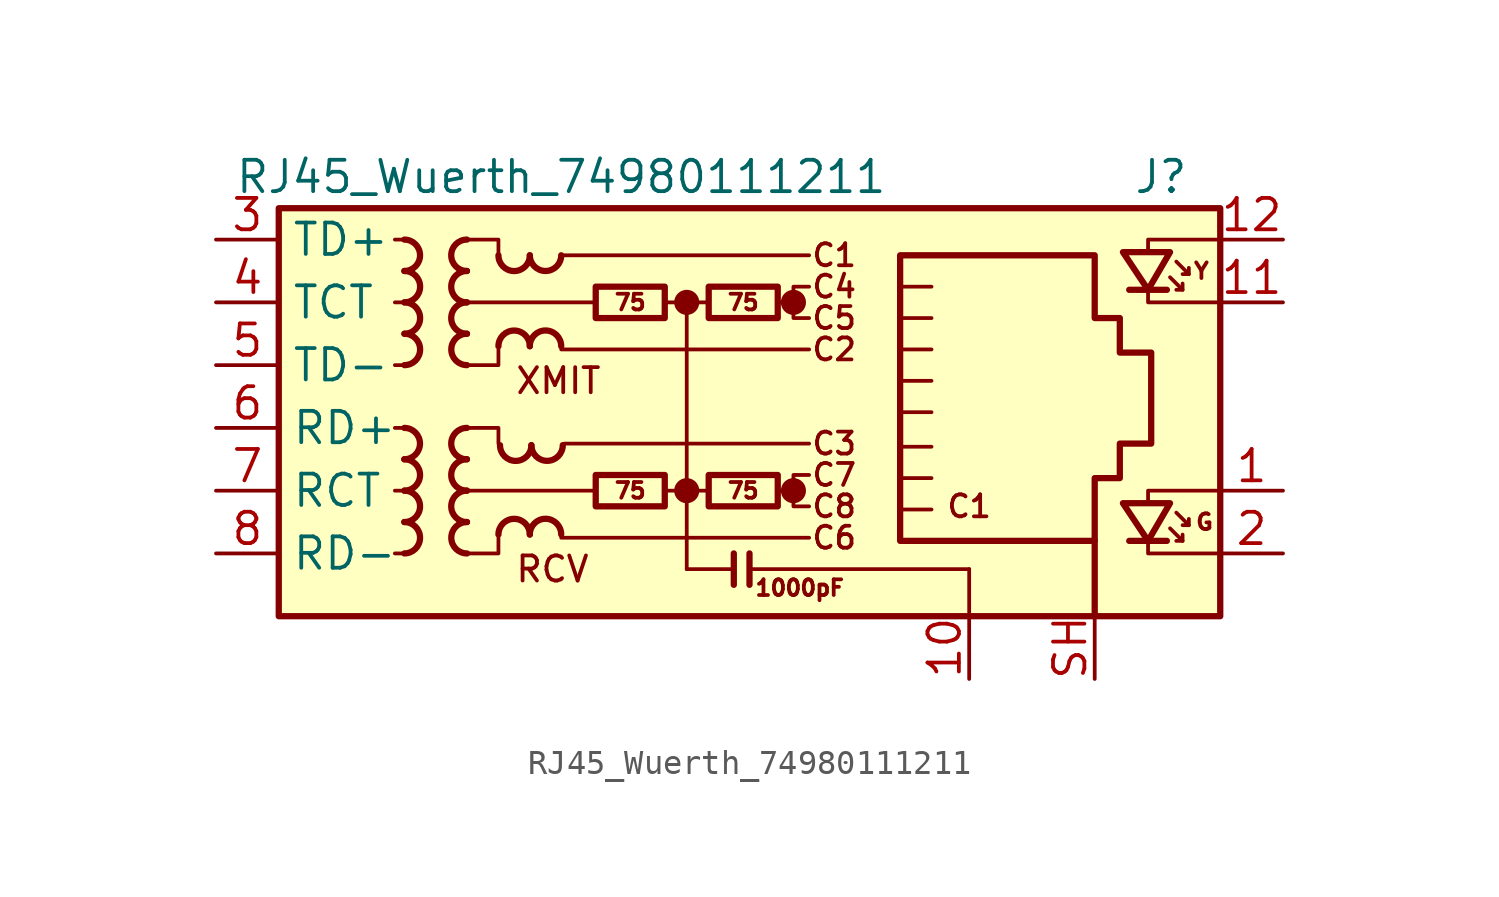
<source format=kicad_sym>
(kicad_symbol_lib
  (version 20241209)
  (generator "kicad_symbol_editor")
  (generator_version "9.0")
  (symbol "RJ45_Wuerth_74980111211"
    (property "Reference" "J"
      (at 19.05 10.16 0)
      (effects (font (size 1.27 1.27)) (justify right)))
    (property "Value" "RJ45_Wuerth_74980111211"
      (at -6.35 10.16 0)
      (effects (font (size 1.27 1.27))))
    (symbol "RJ45_Wuerth_74980111211_0_0"
      (circle (center -1.27 5.08) (radius 0.0001) (stroke (width 0.508) (type default)) (fill (type none)))
      (polyline (pts (xy -1.27 5.08) (xy -1.27 -5.715)) (stroke (width 0) (type default)) (fill (type none)))
      (circle (center -1.27 -2.54) (radius 0.0001) (stroke (width 0.508) (type default)) (fill (type none)))
      (polyline (pts (xy 0.635 -5.08) (xy 0.635 -6.35)) (stroke (width 0.254) (type default)) (fill (type none)))
      (polyline (pts (xy 1.27 -5.08) (xy 1.27 -6.35)) (stroke (width 0.254) (type default)) (fill (type none)))
      (polyline (pts (xy 3.048 5.08) (xy 2.54 5.08)) (stroke (width 0) (type default)) (fill (type none)))
      (circle (center 3.048 5.08) (radius 0.0001) (stroke (width 0.508) (type default)) (fill (type none)))
      (polyline (pts (xy 3.048 -2.54) (xy 2.54 -2.54)) (stroke (width 0) (type default)) (fill (type none)))
      (circle (center 3.048 -2.54) (radius 0.0001) (stroke (width 0.508) (type default)) (fill (type none)))
      (polyline (pts (xy 3.683 5.715) (xy 3.048 5.715) (xy 3.048 4.445) (xy 3.683 4.445)) (stroke (width 0) (type default)) (fill (type none)))
      (polyline (pts (xy 3.683 -1.905) (xy 3.048 -1.905) (xy 3.048 -3.175) (xy 3.683 -3.175)) (stroke (width 0) (type default)) (fill (type none)))
      (polyline (pts (xy 17.399 7.112) (xy 17.399 7.62) (xy 20.32 7.62)) (stroke (width 0) (type default)) (fill (type none)))
      (polyline (pts (xy 17.399 -3.048) (xy 17.399 -2.54) (xy 20.32 -2.54)) (stroke (width 0) (type default)) (fill (type none)))
      (polyline (pts (xy 20.32 5.08) (xy 17.399 5.08) (xy 17.399 5.588)) (stroke (width 0) (type default)) (fill (type none)))
      (polyline (pts (xy 20.32 -5.08) (xy 17.399 -5.08) (xy 17.399 -4.572)) (stroke (width 0) (type default)) (fill (type none)))
      (text "XMIT" (at -8.255 1.905 0) (effects (font (size 1.016 1.016)) (justify left)))
      (text "RCV" (at -8.255 -5.715 0) (effects (font (size 1.016 1.016)) (justify left)))
      (text "C1" (at 4.699 6.985 0) (effects (font (size 0.889 0.889))))
      (text "C4" (at 4.699 5.715 0) (effects (font (size 0.889 0.889))))
      (text "C5" (at 4.699 4.445 0) (effects (font (size 0.889 0.889))))
      (text "C2" (at 4.699 3.175 0) (effects (font (size 0.889 0.889))))
      (text "C3" (at 4.699 -0.635 0) (effects (font (size 0.889 0.889))))
      (text "C7" (at 4.699 -1.905 0) (effects (font (size 0.889 0.889))))
      (text "C8" (at 4.699 -3.175 0) (effects (font (size 0.889 0.889))))
      (text "C6" (at 4.699 -4.445 0) (effects (font (size 0.889 0.889))))
      (text "C1" (at 10.16 -3.175 0) (effects (font (size 0.889 0.889)))))
    (symbol "RJ45_Wuerth_74980111211_0_1"
      (rectangle (start -17.78 8.89) (end 20.32 -7.62) (stroke (width 0.254) (type default)) (fill (type background)))
      (polyline (pts (xy -12.7 7.62) (xy -13.081 7.62)) (stroke (width 0) (type default)) (fill (type none)))
      (polyline (pts (xy -12.7 5.08) (xy -13.081 5.08)) (stroke (width 0) (type default)) (fill (type none)))
      (polyline (pts (xy -12.7 2.54) (xy -13.081 2.54)) (stroke (width 0) (type default)) (fill (type none)))
      (polyline (pts (xy -12.7 0) (xy -13.081 0)) (stroke (width 0) (type default)) (fill (type none)))
      (polyline (pts (xy -12.7 -2.54) (xy -13.081 -2.54)) (stroke (width 0) (type default)) (fill (type none)))
      (polyline (pts (xy -12.7 -5.08) (xy -13.081 -5.08)) (stroke (width 0) (type default)) (fill (type none)))
      (polyline (pts (xy -10.16 7.62) (xy -8.89 7.62) (xy -8.89 6.985)) (stroke (width 0) (type default)) (fill (type none)))
      (polyline (pts (xy -10.16 0) (xy -8.89 0) (xy -8.89 -0.635)) (stroke (width 0) (type default)) (fill (type none)))
      (polyline (pts (xy -8.89 3.175) (xy -8.89 2.54) (xy -10.16 2.54)) (stroke (width 0) (type default)) (fill (type none)))
      (polyline (pts (xy -8.89 -4.445) (xy -8.89 -5.08) (xy -10.16 -5.08)) (stroke (width 0) (type default)) (fill (type none)))
      (polyline (pts (xy -6.35 6.985) (xy 3.683 6.985)) (stroke (width 0) (type default)) (fill (type none)))
      (polyline (pts (xy -6.35 3.175) (xy 3.683 3.175)) (stroke (width 0) (type default)) (fill (type none)))
      (polyline (pts (xy -6.35 -4.445) (xy 3.683 -4.445)) (stroke (width 0) (type default)) (fill (type none)))
      (polyline (pts (xy -6.223 -0.635) (xy 3.683 -0.635)) (stroke (width 0) (type default)) (fill (type none)))
      (polyline (pts (xy -5.08 -2.54) (xy -10.16 -2.54)) (stroke (width 0) (type default)) (fill (type none)))
      (polyline (pts (xy -4.953 5.08) (xy -10.16 5.08)) (stroke (width 0) (type default)) (fill (type none)))
      (polyline (pts (xy -2.159 5.08) (xy -0.381 5.08)) (stroke (width 0) (type default)) (fill (type none)))
      (polyline (pts (xy -2.159 -2.54) (xy -0.381 -2.54)) (stroke (width 0) (type default)) (fill (type none)))
      (polyline (pts (xy 0.635 -5.715) (xy -1.27 -5.715)) (stroke (width 0) (type default)) (fill (type none)))
      (polyline (pts (xy 7.366 3.175) (xy 8.636 3.175)) (stroke (width 0) (type default)) (fill (type none)))
      (polyline (pts (xy 7.366 1.905) (xy 8.636 1.905)) (stroke (width 0) (type default)) (fill (type none)))
      (polyline (pts (xy 7.366 0.635) (xy 8.636 0.635)) (stroke (width 0) (type default)) (fill (type none)))
      (polyline (pts (xy 7.366 -0.762) (xy 8.636 -0.762)) (stroke (width 0) (type default)) (fill (type none)))
      (polyline (pts (xy 7.366 -2.032) (xy 8.636 -2.032)) (stroke (width 0) (type default)) (fill (type none)))
      (polyline (pts (xy 8.636 5.715) (xy 7.366 5.715)) (stroke (width 0) (type default)) (fill (type none)))
      (polyline (pts (xy 8.636 4.445) (xy 7.366 4.445)) (stroke (width 0) (type default)) (fill (type none)))
      (polyline (pts (xy 8.636 -3.302) (xy 7.366 -3.302)) (stroke (width 0) (type default)) (fill (type none)))
      (polyline (pts (xy 10.16 -5.715) (xy 1.27 -5.715)) (stroke (width 0) (type default)) (fill (type none)))
      (polyline (pts (xy 10.16 -5.715) (xy 10.16 -7.62)) (stroke (width 0) (type default)) (fill (type none))))
    (symbol "RJ45_Wuerth_74980111211_1_0"
      (text "1000pF" (at 3.302 -6.477 0) (effects (font (size 0.635 0.635)))))
    (symbol "RJ45_Wuerth_74980111211_1_1"
      (arc (start -12.7 0) (mid -12.0677 -0.635) (end -12.7 -1.27) (stroke (width 0.254) (type default)) (fill (type none)))
      (arc (start -12.6973 7.62) (mid -12.065 6.985) (end -12.6973 6.35) (stroke (width 0.254) (type default)) (fill (type none)))
      (arc (start -12.6973 -1.27) (mid -12.065 -1.905) (end -12.6973 -2.54) (stroke (width 0.254) (type default)) (fill (type none)))
      (arc (start -12.6973 -2.54) (mid -12.065 -3.175) (end -12.6973 -3.81) (stroke (width 0.254) (type default)) (fill (type none)))
      (arc (start -12.6973 -3.81) (mid -12.065 -4.445) (end -12.6973 -5.08) (stroke (width 0.254) (type default)) (fill (type none)))
      (arc (start -12.6946 6.35) (mid -12.0623 5.715) (end -12.6946 5.08) (stroke (width 0.254) (type default)) (fill (type none)))
      (arc (start -12.6946 5.08) (mid -12.0623 4.445) (end -12.6946 3.81) (stroke (width 0.254) (type default)) (fill (type none)))
      (arc (start -12.6946 3.81) (mid -12.0623 3.175) (end -12.6946 2.54) (stroke (width 0.254) (type default)) (fill (type none)))
      (arc (start -10.1654 6.35) (mid -10.7977 6.985) (end -10.1654 7.62) (stroke (width 0.254) (type default)) (fill (type none)))
      (arc (start -10.1654 5.08) (mid -10.7977 5.715) (end -10.1654 6.35) (stroke (width 0.254) (type default)) (fill (type none)))
      (arc (start -10.1654 3.81) (mid -10.7977 4.445) (end -10.1654 5.08) (stroke (width 0.254) (type default)) (fill (type none)))
      (arc (start -10.1654 -1.27) (mid -10.7977 -0.635) (end -10.1654 0) (stroke (width 0.254) (type default)) (fill (type none)))
      (arc (start -10.1654 -2.54) (mid -10.7977 -1.905) (end -10.1654 -1.27) (stroke (width 0.254) (type default)) (fill (type none)))
      (arc (start -10.1654 -3.81) (mid -10.7977 -3.175) (end -10.1654 -2.54) (stroke (width 0.254) (type default)) (fill (type none)))
      (arc (start -10.1627 2.54) (mid -10.795 3.175) (end -10.1627 3.81) (stroke (width 0.254) (type default)) (fill (type none)))
      (arc (start -10.1627 -5.08) (mid -10.795 -4.445) (end -10.1627 -3.81) (stroke (width 0.254) (type default)) (fill (type none)))
      (arc (start -7.62 6.9823) (mid -8.255 6.35) (end -8.89 6.9823) (stroke (width 0.254) (type default)) (fill (type none)))
      (arc (start -8.89 3.3047) (mid -8.255 3.937) (end -7.62 3.3047) (stroke (width 0.254) (type default)) (fill (type none)))
      (arc (start -8.89 -4.3153) (mid -8.255 -3.683) (end -7.62 -4.3153) (stroke (width 0.254) (type default)) (fill (type none)))
      (arc (start -7.5565 -0.7012) (mid -8.1915 -1.3335) (end -8.8265 -0.7012) (stroke (width 0.254) (type default)) (fill (type none)))
      (arc (start -6.35 6.985) (mid -6.985 6.3527) (end -7.62 6.985) (stroke (width 0.254) (type default)) (fill (type none)))
      (arc (start -7.62 3.3074) (mid -6.985 3.9397) (end -6.35 3.3074) (stroke (width 0.254) (type default)) (fill (type none)))
      (arc (start -7.62 -4.3126) (mid -6.985 -3.6803) (end -6.35 -4.3126) (stroke (width 0.254) (type default)) (fill (type none)))
      (arc (start -6.2865 -0.6985) (mid -6.9215 -1.3308) (end -7.5565 -0.6985) (stroke (width 0.254) (type default)) (fill (type none)))
      (rectangle (start -4.953 5.715) (end -2.159 4.445) (stroke (width 0.254) (type default)) (fill (type none)))
      (rectangle (start -4.953 -1.905) (end -2.159 -3.175) (stroke (width 0.254) (type default)) (fill (type none)))
      (rectangle (start -0.381 5.715) (end 2.413 4.445) (stroke (width 0.254) (type default)) (fill (type none)))
      (rectangle (start -0.381 -1.905) (end 2.413 -3.175) (stroke (width 0.254) (type default)) (fill (type none)))
      (polyline (pts (xy 7.366 -4.572) (xy 7.366 6.985) (xy 15.24 6.985) (xy 15.24 4.445) (xy 16.256 4.445) (xy 16.256 3.048) (xy 17.526 3.048) (xy 17.526 -0.635) (xy 16.256 -0.635) (xy 16.256 -2.032) (xy 15.24 -2.032) (xy 15.24 -4.572) (xy 7.366 -4.572)) (stroke (width 0.254) (type default)) (fill (type none)))
      (polyline (pts (xy 15.24 -7.62) (xy 15.24 -4.572)) (stroke (width 0.254) (type default)) (fill (type none)))
      (polyline (pts (xy 18.161 5.588) (xy 16.637 5.588)) (stroke (width 0.254) (type default)) (fill (type none)))
      (polyline (pts (xy 18.161 -4.572) (xy 16.637 -4.572)) (stroke (width 0.254) (type default)) (fill (type none)))
      (polyline (pts (xy 18.288 7.112) (xy 16.383 7.112) (xy 17.399 5.588) (xy 18.288 7.112)) (stroke (width 0.254) (type default)) (fill (type none)))
      (polyline (pts (xy 18.288 6.096) (xy 18.796 5.588) (xy 18.542 5.588)) (stroke (width 0) (type default)) (fill (type none)))
      (polyline (pts (xy 18.288 -3.048) (xy 16.383 -3.048) (xy 17.399 -4.572) (xy 18.288 -3.048)) (stroke (width 0.254) (type default)) (fill (type none)))
      (polyline (pts (xy 18.288 -4.064) (xy 18.796 -4.572) (xy 18.542 -4.572)) (stroke (width 0) (type default)) (fill (type none)))
      (polyline (pts (xy 18.542 6.731) (xy 19.05 6.223) (xy 18.796 6.223)) (stroke (width 0) (type default)) (fill (type none)))
      (polyline (pts (xy 18.542 -3.429) (xy 19.05 -3.937) (xy 18.796 -3.937)) (stroke (width 0) (type default)) (fill (type none)))
      (polyline (pts (xy 18.796 5.588) (xy 18.796 5.842)) (stroke (width 0) (type default)) (fill (type none)))
      (polyline (pts (xy 18.796 -4.572) (xy 18.796 -4.318)) (stroke (width 0) (type default)) (fill (type none)))
      (polyline (pts (xy 19.05 6.223) (xy 19.05 6.477)) (stroke (width 0) (type default)) (fill (type none)))
      (polyline (pts (xy 19.05 -3.937) (xy 19.05 -3.683)) (stroke (width 0) (type default)) (fill (type none)))
      (text "75" (at -3.556 5.08 0) (effects (font (size 0.635 0.635))))
      (text "75" (at -3.556 -2.54 0) (effects (font (size 0.635 0.635))))
      (text "75" (at 1.016 5.08 0) (effects (font (size 0.635 0.635))))
      (text "75" (at 1.016 -2.54 0) (effects (font (size 0.635 0.635))))
      (text "Y" (at 19.558 6.35 0) (effects (font (size 0.635 0.635))))
      (text "G" (at 19.685 -3.81 0) (effects (font (size 0.635 0.635))))
      (pin passive line (at -20.32 7.62 0) (length 2.54) (name "TD+" (effects (font (size 1.27 1.27)))) (number "3" (effects (font (size 1.27 1.27)))))
      (pin passive line (at -20.32 5.08 0) (length 2.54) (name "TCT" (effects (font (size 1.27 1.27)))) (number "4" (effects (font (size 1.27 1.27)))))
      (pin passive line (at -20.32 2.54 0) (length 2.54) (name "TD-" (effects (font (size 1.27 1.27)))) (number "5" (effects (font (size 1.27 1.27)))))
      (pin passive line (at -20.32 0 0) (length 2.54) (name "RD+" (effects (font (size 1.27 1.27)))) (number "6" (effects (font (size 1.27 1.27)))))
      (pin passive line (at -20.32 -2.54 0) (length 2.54) (name "RCT" (effects (font (size 1.27 1.27)))) (number "7" (effects (font (size 1.27 1.27)))))
      (pin passive line (at -20.32 -5.08 0) (length 2.54) (name "RD-" (effects (font (size 1.27 1.27)))) (number "8" (effects (font (size 1.27 1.27)))))
      (pin power_in line (at 10.16 -10.16 90) (length 2.54) (name "" (effects (font (size 1.27 1.27)))) (number "10" (effects (font (size 1.27 1.27)))))
      (pin passive line (at 15.24 -10.16 90) (length 2.54) (name "" (effects (font (size 1.27 1.27)))) (number "SH" (effects (font (size 1.27 1.27)))))
      (pin no_connect line (at 20.32 0 0) (length 0) (hide yes) (name "NC" (effects (font (size 1.27 1.27)))) (number "9" (effects (font (size 1.27 1.27)))))
      (pin passive line (at 22.86 7.62 180) (length 2.54) (name "" (effects (font (size 1.27 1.27)))) (number "12" (effects (font (size 1.27 1.27)))))
      (pin passive line (at 22.86 5.08 180) (length 2.54) (name "" (effects (font (size 1.27 1.27)))) (number "11" (effects (font (size 1.27 1.27)))))
      (pin passive line (at 22.86 -2.54 180) (length 2.54) (name "" (effects (font (size 1.27 1.27)))) (number "1" (effects (font (size 1.27 1.27)))))
      (pin passive line (at 22.86 -5.08 180) (length 2.54) (name "" (effects (font (size 1.27 1.27)))) (number "2" (effects (font (size 1.27 1.27))))))))
</source>
